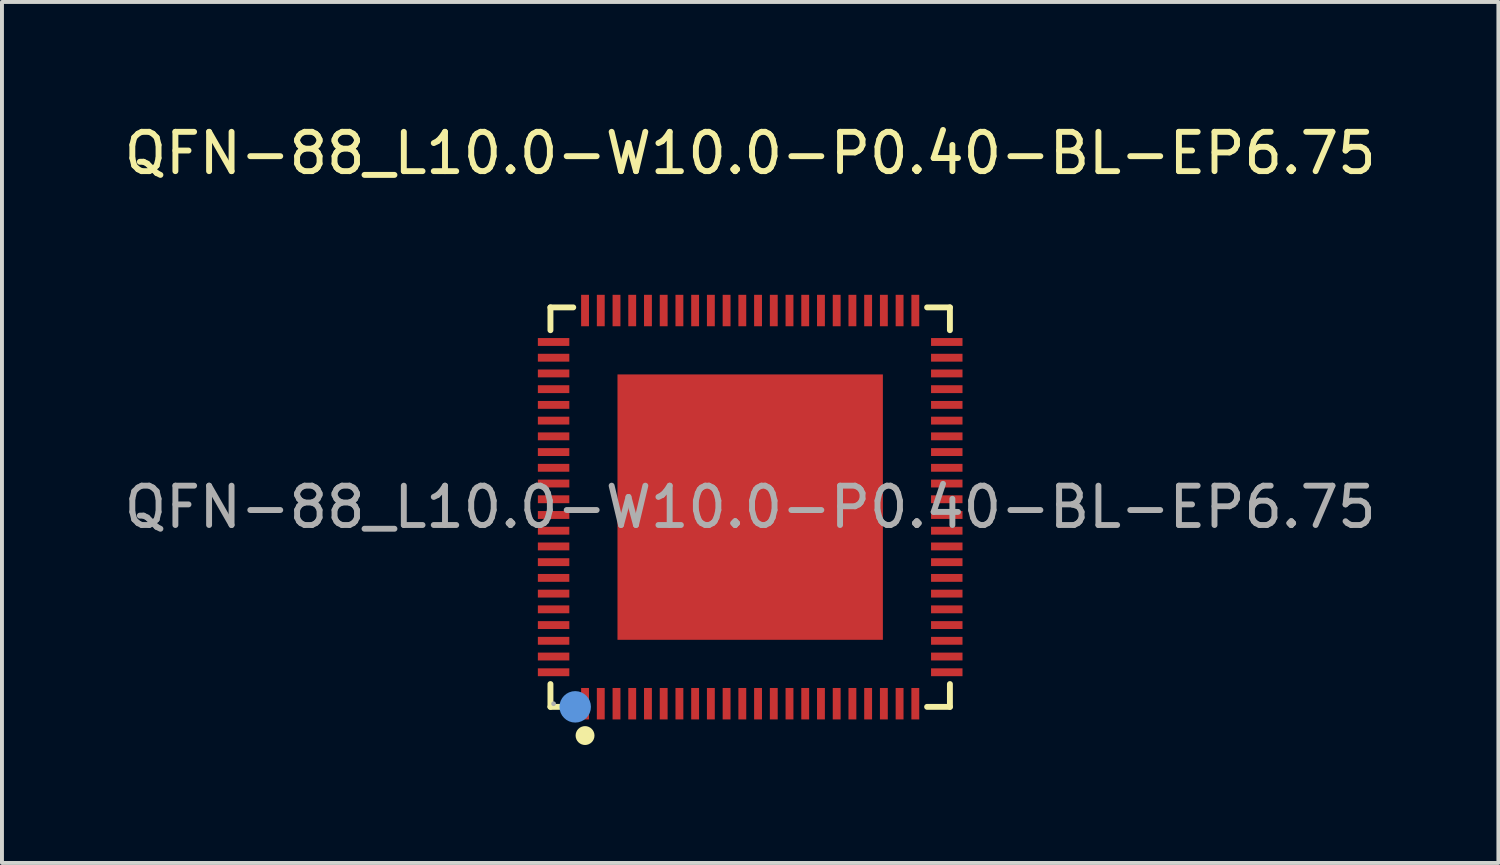
<source format=kicad_pcb>
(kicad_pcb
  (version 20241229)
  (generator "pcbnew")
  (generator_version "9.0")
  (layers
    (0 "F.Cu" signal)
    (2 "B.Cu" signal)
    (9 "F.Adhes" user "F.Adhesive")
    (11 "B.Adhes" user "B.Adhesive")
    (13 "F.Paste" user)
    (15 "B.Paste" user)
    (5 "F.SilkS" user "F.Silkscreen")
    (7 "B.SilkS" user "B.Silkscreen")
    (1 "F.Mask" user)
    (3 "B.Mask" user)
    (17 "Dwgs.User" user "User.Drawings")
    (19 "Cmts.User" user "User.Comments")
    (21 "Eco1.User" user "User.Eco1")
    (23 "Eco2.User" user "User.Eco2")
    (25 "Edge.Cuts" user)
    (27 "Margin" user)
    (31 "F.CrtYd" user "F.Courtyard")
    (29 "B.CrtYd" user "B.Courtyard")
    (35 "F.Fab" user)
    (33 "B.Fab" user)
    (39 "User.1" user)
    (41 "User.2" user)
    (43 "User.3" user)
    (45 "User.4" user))
  (footprint "QFN-88_L10.0-W10.0-P0.40-BL-EP6.75"
    (layer "F.Cu")
    (at 16.03 9.848)
    (property "Reference" "QFN-88_L10.0-W10.0-P0.40-BL-EP6.75" (at 0 -9 0) (layer "F.SilkS") (effects (font (size 1 1) (thickness 0.15))))
    (attr smd)
    (fp_line (start -5.08 -5.08) (end -4.5 -5.08) (stroke (width 0.15) (type solid)) (layer "F.SilkS"))
    (fp_line (start -5.08 -4.5) (end -5.08 -5.08) (stroke (width 0.15) (type solid)) (layer "F.SilkS"))
    (fp_line (start -5.08 4.5) (end -5.08 5.08) (stroke (width 0.15) (type solid)) (layer "F.SilkS"))
    (fp_line (start -5.08 5.08) (end -4.5 5.08) (stroke (width 0.15) (type solid)) (layer "F.SilkS"))
    (fp_line (start 5.08 -5.08) (end 4.5 -5.08) (stroke (width 0.15) (type solid)) (layer "F.SilkS"))
    (fp_line (start 5.08 -4.5) (end 5.08 -5.08) (stroke (width 0.15) (type solid)) (layer "F.SilkS"))
    (fp_line (start 5.08 4.5) (end 5.08 5.08) (stroke (width 0.15) (type solid)) (layer "F.SilkS"))
    (fp_line (start 5.08 5.08) (end 4.5 5.08) (stroke (width 0.15) (type solid)) (layer "F.SilkS"))
    (fp_circle (center -4.2 5.81) (end -4.08 5.81) (stroke (width 0.24) (type solid)) (fill no) (layer "F.SilkS"))
    (fp_circle (center -4.45 5.08) (end -4.25 5.08) (stroke (width 0.4) (type solid)) (fill no) (layer "Cmts.User"))
    (fp_circle (center -5 5) (end -4.97 5) (stroke (width 0.06) (type solid)) (fill no) (layer "F.Fab"))
    (fp_text user "${REFERENCE}" (at 0 0 0) (layer "F.Fab") (effects (font (size 1 1) (thickness 0.15))))
    (pad "1" smd rect (at -4.2 5) (size 0.2 0.8) (layers "F.Cu" "F.Mask" "F.Paste"))
    (pad "2" smd rect (at -3.8 5) (size 0.2 0.8) (layers "F.Cu" "F.Mask" "F.Paste"))
    (pad "3" smd rect (at -3.4 5) (size 0.2 0.8) (layers "F.Cu" "F.Mask" "F.Paste"))
    (pad "4" smd rect (at -3 5) (size 0.2 0.8) (layers "F.Cu" "F.Mask" "F.Paste"))
    (pad "5" smd rect (at -2.6 5) (size 0.2 0.8) (layers "F.Cu" "F.Mask" "F.Paste"))
    (pad "6" smd rect (at -2.2 5) (size 0.2 0.8) (layers "F.Cu" "F.Mask" "F.Paste"))
    (pad "7" smd rect (at -1.8 5) (size 0.2 0.8) (layers "F.Cu" "F.Mask" "F.Paste"))
    (pad "8" smd rect (at -1.4 5) (size 0.2 0.8) (layers "F.Cu" "F.Mask" "F.Paste"))
    (pad "9" smd rect (at -1 5) (size 0.2 0.8) (layers "F.Cu" "F.Mask" "F.Paste"))
    (pad "10" smd rect (at -0.6 5) (size 0.2 0.8) (layers "F.Cu" "F.Mask" "F.Paste"))
    (pad "11" smd rect (at -0.2 5) (size 0.2 0.8) (layers "F.Cu" "F.Mask" "F.Paste"))
    (pad "12" smd rect (at 0.2 5) (size 0.2 0.8) (layers "F.Cu" "F.Mask" "F.Paste"))
    (pad "13" smd rect (at 0.6 5) (size 0.2 0.8) (layers "F.Cu" "F.Mask" "F.Paste"))
    (pad "14" smd rect (at 1 5) (size 0.2 0.8) (layers "F.Cu" "F.Mask" "F.Paste"))
    (pad "15" smd rect (at 1.4 5) (size 0.2 0.8) (layers "F.Cu" "F.Mask" "F.Paste"))
    (pad "16" smd rect (at 1.8 5) (size 0.2 0.8) (layers "F.Cu" "F.Mask" "F.Paste"))
    (pad "17" smd rect (at 2.2 5) (size 0.2 0.8) (layers "F.Cu" "F.Mask" "F.Paste"))
    (pad "18" smd rect (at 2.6 5) (size 0.2 0.8) (layers "F.Cu" "F.Mask" "F.Paste"))
    (pad "19" smd rect (at 3 5) (size 0.2 0.8) (layers "F.Cu" "F.Mask" "F.Paste"))
    (pad "20" smd rect (at 3.4 5) (size 0.2 0.8) (layers "F.Cu" "F.Mask" "F.Paste"))
    (pad "21" smd rect (at 3.8 5) (size 0.2 0.8) (layers "F.Cu" "F.Mask" "F.Paste"))
    (pad "22" smd rect (at 4.2 5) (size 0.2 0.8) (layers "F.Cu" "F.Mask" "F.Paste"))
    (pad "23" smd rect (at 5 4.2) (size 0.8 0.2) (layers "F.Cu" "F.Mask" "F.Paste"))
    (pad "24" smd rect (at 5 3.8) (size 0.8 0.2) (layers "F.Cu" "F.Mask" "F.Paste"))
    (pad "25" smd rect (at 5 3.4) (size 0.8 0.2) (layers "F.Cu" "F.Mask" "F.Paste"))
    (pad "26" smd rect (at 5 3) (size 0.8 0.2) (layers "F.Cu" "F.Mask" "F.Paste"))
    (pad "27" smd rect (at 5 2.6) (size 0.8 0.2) (layers "F.Cu" "F.Mask" "F.Paste"))
    (pad "28" smd rect (at 5 2.2) (size 0.8 0.2) (layers "F.Cu" "F.Mask" "F.Paste"))
    (pad "29" smd rect (at 5 1.8) (size 0.8 0.2) (layers "F.Cu" "F.Mask" "F.Paste"))
    (pad "30" smd rect (at 5 1.4) (size 0.8 0.2) (layers "F.Cu" "F.Mask" "F.Paste"))
    (pad "31" smd rect (at 5 1) (size 0.8 0.2) (layers "F.Cu" "F.Mask" "F.Paste"))
    (pad "32" smd rect (at 5 0.6) (size 0.8 0.2) (layers "F.Cu" "F.Mask" "F.Paste"))
    (pad "33" smd rect (at 5 0.2) (size 0.8 0.2) (layers "F.Cu" "F.Mask" "F.Paste"))
    (pad "34" smd rect (at 5 -0.2) (size 0.8 0.2) (layers "F.Cu" "F.Mask" "F.Paste"))
    (pad "35" smd rect (at 5 -0.6) (size 0.8 0.2) (layers "F.Cu" "F.Mask" "F.Paste"))
    (pad "36" smd rect (at 5 -1) (size 0.8 0.2) (layers "F.Cu" "F.Mask" "F.Paste"))
    (pad "37" smd rect (at 5 -1.4) (size 0.8 0.2) (layers "F.Cu" "F.Mask" "F.Paste"))
    (pad "38" smd rect (at 5 -1.8) (size 0.8 0.2) (layers "F.Cu" "F.Mask" "F.Paste"))
    (pad "39" smd rect (at 5 -2.2) (size 0.8 0.2) (layers "F.Cu" "F.Mask" "F.Paste"))
    (pad "40" smd rect (at 5 -2.6) (size 0.8 0.2) (layers "F.Cu" "F.Mask" "F.Paste"))
    (pad "41" smd rect (at 5 -3) (size 0.8 0.2) (layers "F.Cu" "F.Mask" "F.Paste"))
    (pad "42" smd rect (at 5 -3.4) (size 0.8 0.2) (layers "F.Cu" "F.Mask" "F.Paste"))
    (pad "43" smd rect (at 5 -3.8) (size 0.8 0.2) (layers "F.Cu" "F.Mask" "F.Paste"))
    (pad "44" smd rect (at 5 -4.2) (size 0.8 0.2) (layers "F.Cu" "F.Mask" "F.Paste"))
    (pad "45" smd rect (at 4.2 -5) (size 0.2 0.8) (layers "F.Cu" "F.Mask" "F.Paste"))
    (pad "46" smd rect (at 3.8 -5) (size 0.2 0.8) (layers "F.Cu" "F.Mask" "F.Paste"))
    (pad "47" smd rect (at 3.4 -5) (size 0.2 0.8) (layers "F.Cu" "F.Mask" "F.Paste"))
    (pad "48" smd rect (at 3 -5) (size 0.2 0.8) (layers "F.Cu" "F.Mask" "F.Paste"))
    (pad "49" smd rect (at 2.6 -5) (size 0.2 0.8) (layers "F.Cu" "F.Mask" "F.Paste"))
    (pad "50" smd rect (at 2.2 -5) (size 0.2 0.8) (layers "F.Cu" "F.Mask" "F.Paste"))
    (pad "51" smd rect (at 1.8 -5) (size 0.2 0.8) (layers "F.Cu" "F.Mask" "F.Paste"))
    (pad "52" smd rect (at 1.4 -5) (size 0.2 0.8) (layers "F.Cu" "F.Mask" "F.Paste"))
    (pad "53" smd rect (at 1 -5) (size 0.2 0.8) (layers "F.Cu" "F.Mask" "F.Paste"))
    (pad "54" smd rect (at 0.6 -5) (size 0.2 0.8) (layers "F.Cu" "F.Mask" "F.Paste"))
    (pad "55" smd rect (at 0.2 -5) (size 0.2 0.8) (layers "F.Cu" "F.Mask" "F.Paste"))
    (pad "56" smd rect (at -0.2 -5) (size 0.2 0.8) (layers "F.Cu" "F.Mask" "F.Paste"))
    (pad "57" smd rect (at -0.6 -5) (size 0.2 0.8) (layers "F.Cu" "F.Mask" "F.Paste"))
    (pad "58" smd rect (at -1 -5) (size 0.2 0.8) (layers "F.Cu" "F.Mask" "F.Paste"))
    (pad "59" smd rect (at -1.4 -5) (size 0.2 0.8) (layers "F.Cu" "F.Mask" "F.Paste"))
    (pad "60" smd rect (at -1.8 -5) (size 0.2 0.8) (layers "F.Cu" "F.Mask" "F.Paste"))
    (pad "61" smd rect (at -2.2 -5) (size 0.2 0.8) (layers "F.Cu" "F.Mask" "F.Paste"))
    (pad "62" smd rect (at -2.6 -5) (size 0.2 0.8) (layers "F.Cu" "F.Mask" "F.Paste"))
    (pad "63" smd rect (at -3 -5) (size 0.2 0.8) (layers "F.Cu" "F.Mask" "F.Paste"))
    (pad "64" smd rect (at -3.4 -5) (size 0.2 0.8) (layers "F.Cu" "F.Mask" "F.Paste"))
    (pad "65" smd rect (at -3.8 -5) (size 0.2 0.8) (layers "F.Cu" "F.Mask" "F.Paste"))
    (pad "66" smd rect (at -4.2 -5) (size 0.2 0.8) (layers "F.Cu" "F.Mask" "F.Paste"))
    (pad "67" smd rect (at -5 -4.2) (size 0.8 0.2) (layers "F.Cu" "F.Mask" "F.Paste"))
    (pad "68" smd rect (at -5 -3.8) (size 0.8 0.2) (layers "F.Cu" "F.Mask" "F.Paste"))
    (pad "69" smd rect (at -5 -3.4) (size 0.8 0.2) (layers "F.Cu" "F.Mask" "F.Paste"))
    (pad "70" smd rect (at -5 -3) (size 0.8 0.2) (layers "F.Cu" "F.Mask" "F.Paste"))
    (pad "71" smd rect (at -5 -2.6) (size 0.8 0.2) (layers "F.Cu" "F.Mask" "F.Paste"))
    (pad "72" smd rect (at -5 -2.2) (size 0.8 0.2) (layers "F.Cu" "F.Mask" "F.Paste"))
    (pad "73" smd rect (at -5 -1.8) (size 0.8 0.2) (layers "F.Cu" "F.Mask" "F.Paste"))
    (pad "74" smd rect (at -5 -1.4) (size 0.8 0.2) (layers "F.Cu" "F.Mask" "F.Paste"))
    (pad "75" smd rect (at -5 -1) (size 0.8 0.2) (layers "F.Cu" "F.Mask" "F.Paste"))
    (pad "76" smd rect (at -5 -0.6) (size 0.8 0.2) (layers "F.Cu" "F.Mask" "F.Paste"))
    (pad "77" smd rect (at -5 -0.2) (size 0.8 0.2) (layers "F.Cu" "F.Mask" "F.Paste"))
    (pad "78" smd rect (at -5 0.2) (size 0.8 0.2) (layers "F.Cu" "F.Mask" "F.Paste"))
    (pad "79" smd rect (at -5 0.6) (size 0.8 0.2) (layers "F.Cu" "F.Mask" "F.Paste"))
    (pad "80" smd rect (at -5 1) (size 0.8 0.2) (layers "F.Cu" "F.Mask" "F.Paste"))
    (pad "81" smd rect (at -5 1.4) (size 0.8 0.2) (layers "F.Cu" "F.Mask" "F.Paste"))
    (pad "82" smd rect (at -5 1.8) (size 0.8 0.2) (layers "F.Cu" "F.Mask" "F.Paste"))
    (pad "83" smd rect (at -5 2.2) (size 0.8 0.2) (layers "F.Cu" "F.Mask" "F.Paste"))
    (pad "84" smd rect (at -5 2.6) (size 0.8 0.2) (layers "F.Cu" "F.Mask" "F.Paste"))
    (pad "85" smd rect (at -5 3) (size 0.8 0.2) (layers "F.Cu" "F.Mask" "F.Paste"))
    (pad "86" smd rect (at -5 3.4) (size 0.8 0.2) (layers "F.Cu" "F.Mask" "F.Paste"))
    (pad "87" smd rect (at -5 3.8) (size 0.8 0.2) (layers "F.Cu" "F.Mask" "F.Paste"))
    (pad "88" smd rect (at -5 4.2) (size 0.8 0.2) (layers "F.Cu" "F.Mask" "F.Paste"))
    (pad "111" smd rect (at 0 0) (size 6.75 6.75) (layers "F.Cu" "F.Mask" "F.Paste")))
  (gr_rect
    (start -3 -3)
    (end 35.06 18.898)
    (stroke (width 0.1) (type default))
    (fill no)
    (layer "Edge.Cuts")))
</source>
